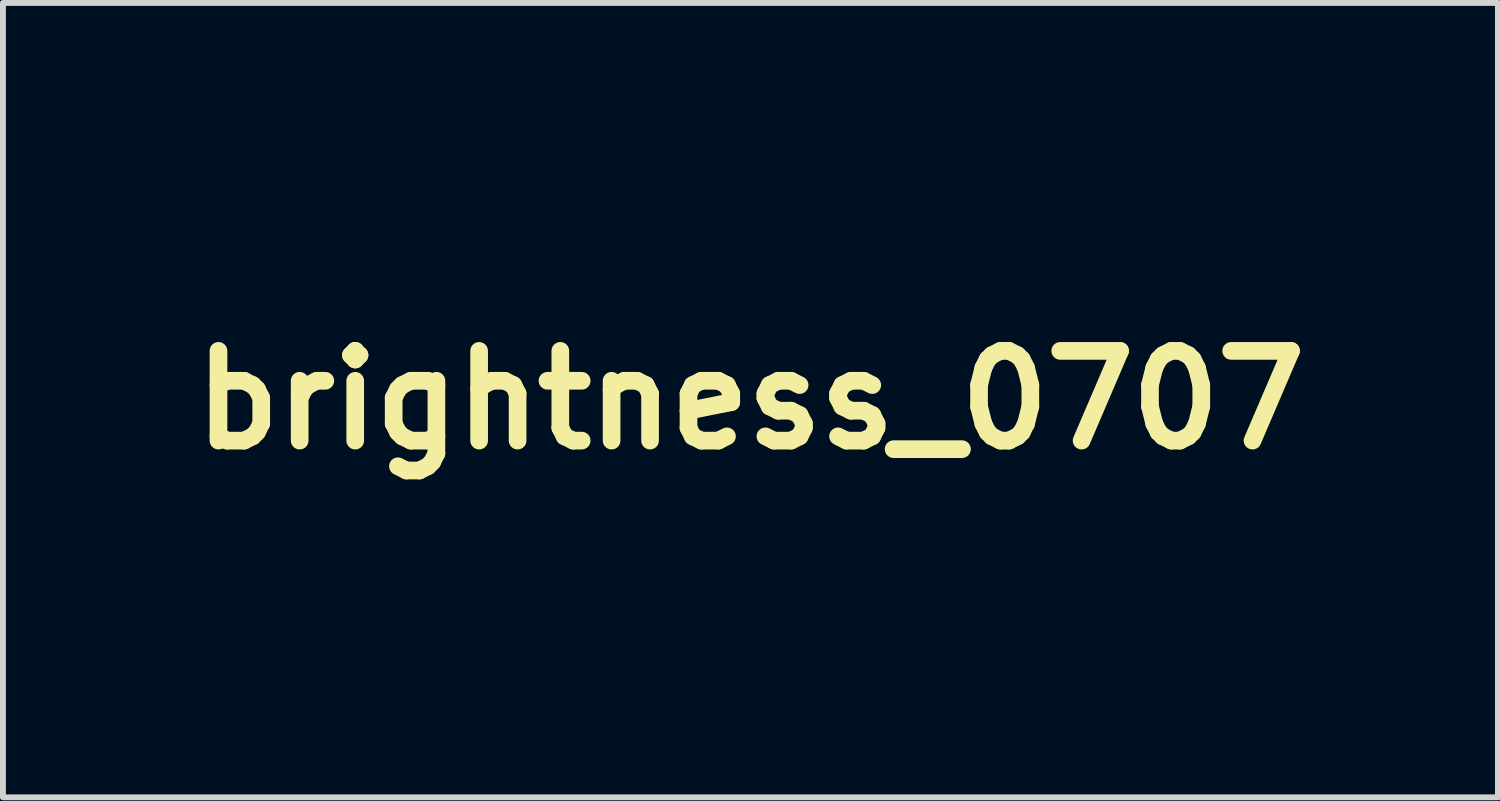
<source format=kicad_pcb>
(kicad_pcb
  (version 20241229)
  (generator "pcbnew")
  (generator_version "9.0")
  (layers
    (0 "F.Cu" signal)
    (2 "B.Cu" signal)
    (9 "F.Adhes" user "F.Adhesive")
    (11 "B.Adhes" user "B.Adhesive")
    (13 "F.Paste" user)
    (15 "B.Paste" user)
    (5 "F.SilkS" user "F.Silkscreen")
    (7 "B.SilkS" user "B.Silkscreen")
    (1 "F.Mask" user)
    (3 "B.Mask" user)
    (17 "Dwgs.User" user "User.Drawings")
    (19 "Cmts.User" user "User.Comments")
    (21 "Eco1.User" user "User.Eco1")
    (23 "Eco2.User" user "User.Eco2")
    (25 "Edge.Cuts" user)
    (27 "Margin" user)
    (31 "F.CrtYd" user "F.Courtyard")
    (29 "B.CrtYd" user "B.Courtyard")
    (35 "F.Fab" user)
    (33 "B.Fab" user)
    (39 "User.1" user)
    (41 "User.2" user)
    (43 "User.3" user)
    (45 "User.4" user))
  (footprint "brightness_0707"
    (layer "F.Cu")
    (at 9.696 3.744)
    (property "Reference" "brightness_0707" (at 0 0 0) (layer "F.SilkS") (effects (font (size 1.524 1.524) (thickness 0.3))))
    (attr through_hole)
    (fp_poly (pts (xy 0.028 -3.738) (xy 0.052 -3.734) (xy 0.091 -3.722) (xy 0.127 -3.703) (xy 0.16 -3.678) (xy 0.188 -3.648) (xy 0.21 -3.614) (xy 0.227 -3.577) (xy 0.231 -3.562) (xy 0.232 -3.558) (xy 0.233 -3.551) (xy 0.233 -3.541) (xy 0.234 -3.528) (xy 0.234 -3.511) (xy 0.235 -3.49) (xy 0.235 -3.465) (xy 0.235 -3.435) (xy 0.236 -3.401) (xy 0.236 -3.36) (xy 0.236 -3.314) (xy 0.236 -3.262) (xy 0.236 -3.203) (xy 0.236 -3.138) (xy 0.236 -3.065) (xy 0.236 -2.995) (xy 0.236 -2.448) (xy 0.228 -2.421) (xy 0.211 -2.381) (xy 0.188 -2.346) (xy 0.163 -2.319) (xy 0.134 -2.295) (xy 0.103 -2.277) (xy 0.071 -2.265) (xy 0.034 -2.258) (xy 0.008 -2.256) (xy -0.014 -2.256) (xy -0.03 -2.256) (xy -0.043 -2.258) (xy -0.056 -2.261) (xy -0.066 -2.264) (xy -0.107 -2.28) (xy -0.143 -2.301) (xy -0.172 -2.328) (xy -0.197 -2.361) (xy -0.216 -2.4) (xy -0.221 -2.411) (xy -0.233 -2.444) (xy -0.233 -2.995) (xy -0.233 -3.072) (xy -0.232 -3.141) (xy -0.232 -3.204) (xy -0.232 -3.259) (xy -0.232 -3.309) (xy -0.232 -3.352) (xy -0.232 -3.39) (xy -0.232 -3.423) (xy -0.232 -3.452) (xy -0.231 -3.476) (xy -0.231 -3.497) (xy -0.231 -3.513) (xy -0.23 -3.527) (xy -0.23 -3.538) (xy -0.229 -3.547) (xy -0.228 -3.554) (xy -0.228 -3.56) (xy -0.227 -3.564) (xy -0.226 -3.568) (xy -0.225 -3.57) (xy -0.209 -3.61) (xy -0.187 -3.646) (xy -0.16 -3.677) (xy -0.128 -3.702) (xy -0.093 -3.721) (xy -0.055 -3.733) (xy -0.014 -3.739) (xy 0.028 -3.738)) (stroke (width 0.01) (type solid)) (fill yes) (layer "F.Mask"))
    (fp_poly (pts (xy 0.006 2.259) (xy 0.012 2.26) (xy 0.053 2.265) (xy 0.089 2.275) (xy 0.123 2.291) (xy 0.154 2.314) (xy 0.163 2.323) (xy 0.192 2.355) (xy 0.214 2.392) (xy 0.228 2.425) (xy 0.236 2.452) (xy 0.236 2.997) (xy 0.236 3.074) (xy 0.236 3.142) (xy 0.236 3.204) (xy 0.236 3.259) (xy 0.236 3.309) (xy 0.236 3.352) (xy 0.236 3.389) (xy 0.236 3.422) (xy 0.236 3.45) (xy 0.235 3.474) (xy 0.235 3.494) (xy 0.235 3.511) (xy 0.234 3.524) (xy 0.234 3.535) (xy 0.233 3.544) (xy 0.232 3.551) (xy 0.231 3.556) (xy 0.231 3.561) (xy 0.23 3.564) (xy 0.229 3.566) (xy 0.213 3.606) (xy 0.191 3.642) (xy 0.164 3.674) (xy 0.133 3.7) (xy 0.098 3.721) (xy 0.06 3.735) (xy 0.049 3.738) (xy 0.006 3.743) (xy -0.035 3.74) (xy -0.058 3.736) (xy -0.097 3.722) (xy -0.132 3.701) (xy -0.164 3.674) (xy -0.19 3.643) (xy -0.207 3.614) (xy -0.21 3.607) (xy -0.214 3.6) (xy -0.217 3.593) (xy -0.22 3.587) (xy -0.222 3.58) (xy -0.225 3.572) (xy -0.226 3.562) (xy -0.228 3.551) (xy -0.229 3.538) (xy -0.231 3.523) (xy -0.232 3.505) (xy -0.232 3.483) (xy -0.233 3.457) (xy -0.233 3.428) (xy -0.234 3.394) (xy -0.234 3.355) (xy -0.234 3.31) (xy -0.234 3.26) (xy -0.234 3.204) (xy -0.234 3.141) (xy -0.234 3.071) (xy -0.234 2.994) (xy -0.234 2.986) (xy -0.233 2.448) (xy -0.221 2.415) (xy -0.203 2.375) (xy -0.179 2.34) (xy -0.151 2.312) (xy -0.117 2.289) (xy -0.078 2.272) (xy -0.06 2.266) (xy -0.044 2.262) (xy -0.029 2.26) (xy -0.013 2.259) (xy 0.006 2.259)) (stroke (width 0.01) (type solid)) (fill yes) (layer "F.Mask"))
    (fp_poly (pts (xy -2.688 -0.238) (xy -2.644 -0.238) (xy -2.605 -0.238) (xy -2.572 -0.237) (xy -2.543 -0.237) (xy -2.518 -0.237) (xy -2.498 -0.237) (xy -2.481 -0.236) (xy -2.467 -0.236) (xy -2.456 -0.235) (xy -2.447 -0.234) (xy -2.44 -0.234) (xy -2.435 -0.233) (xy -2.434 -0.233) (xy -2.395 -0.221) (xy -2.358 -0.202) (xy -2.326 -0.178) (xy -2.299 -0.148) (xy -2.278 -0.115) (xy -2.262 -0.078) (xy -2.253 -0.037) (xy -2.251 -0.006) (xy -2.255 0.038) (xy -2.265 0.078) (xy -2.283 0.116) (xy -2.306 0.15) (xy -2.336 0.179) (xy -2.37 0.203) (xy -2.409 0.221) (xy -2.423 0.226) (xy -2.426 0.227) (xy -2.431 0.227) (xy -2.437 0.228) (xy -2.444 0.229) (xy -2.453 0.229) (xy -2.465 0.23) (xy -2.48 0.231) (xy -2.498 0.231) (xy -2.52 0.231) (xy -2.546 0.232) (xy -2.577 0.232) (xy -2.612 0.232) (xy -2.652 0.232) (xy -2.699 0.232) (xy -2.751 0.233) (xy -2.81 0.233) (xy -2.876 0.233) (xy -2.948 0.233) (xy -2.978 0.233) (xy -3.042 0.233) (xy -3.104 0.233) (xy -3.164 0.233) (xy -3.222 0.233) (xy -3.276 0.233) (xy -3.326 0.233) (xy -3.371 0.232) (xy -3.412 0.232) (xy -3.448 0.232) (xy -3.479 0.232) (xy -3.503 0.232) (xy -3.52 0.231) (xy -3.53 0.231) (xy -3.533 0.231) (xy -3.572 0.222) (xy -3.61 0.206) (xy -3.644 0.183) (xy -3.674 0.156) (xy -3.698 0.123) (xy -3.708 0.105) (xy -3.725 0.064) (xy -3.734 0.022) (xy -3.735 -0.019) (xy -3.728 -0.06) (xy -3.714 -0.101) (xy -3.708 -0.112) (xy -3.687 -0.148) (xy -3.66 -0.178) (xy -3.627 -0.202) (xy -3.588 -0.221) (xy -3.577 -0.226) (xy -3.546 -0.236) (xy -3.004 -0.237) (xy -2.927 -0.238) (xy -2.857 -0.238) (xy -2.794 -0.238) (xy -2.738 -0.238) (xy -2.688 -0.238)) (stroke (width 0.01) (type solid)) (fill yes) (layer "F.Mask"))
    (fp_poly (pts (xy 3.078 -0.238) (xy 3.147 -0.238) (xy 3.209 -0.238) (xy 3.265 -0.238) (xy 3.314 -0.238) (xy 3.358 -0.238) (xy 3.396 -0.238) (xy 3.43 -0.237) (xy 3.459 -0.237) (xy 3.483 -0.236) (xy 3.504 -0.236) (xy 3.522 -0.235) (xy 3.537 -0.234) (xy 3.549 -0.233) (xy 3.559 -0.232) (xy 3.568 -0.23) (xy 3.575 -0.228) (xy 3.581 -0.227) (xy 3.587 -0.224) (xy 3.593 -0.222) (xy 3.598 -0.22) (xy 3.619 -0.209) (xy 3.642 -0.194) (xy 3.663 -0.177) (xy 3.681 -0.16) (xy 3.684 -0.157) (xy 3.708 -0.122) (xy 3.725 -0.083) (xy 3.736 -0.042) (xy 3.739 -0.000336) (xy 3.734 0.042) (xy 3.734 0.045) (xy 3.721 0.086) (xy 3.702 0.123) (xy 3.677 0.156) (xy 3.646 0.184) (xy 3.61 0.207) (xy 3.577 0.222) (xy 3.546 0.233) (xy 3.015 0.233) (xy 2.951 0.233) (xy 2.888 0.233) (xy 2.828 0.233) (xy 2.771 0.233) (xy 2.717 0.233) (xy 2.668 0.233) (xy 2.622 0.232) (xy 2.581 0.232) (xy 2.545 0.232) (xy 2.515 0.232) (xy 2.491 0.231) (xy 2.474 0.231) (xy 2.464 0.231) (xy 2.462 0.23) (xy 2.422 0.221) (xy 2.385 0.204) (xy 2.352 0.182) (xy 2.324 0.155) (xy 2.3 0.124) (xy 2.282 0.089) (xy 2.269 0.052) (xy 2.263 0.012) (xy 2.264 -0.029) (xy 2.27 -0.064) (xy 2.284 -0.104) (xy 2.305 -0.139) (xy 2.331 -0.17) (xy 2.362 -0.196) (xy 2.398 -0.216) (xy 2.437 -0.23) (xy 2.447 -0.232) (xy 2.452 -0.233) (xy 2.458 -0.234) (xy 2.466 -0.235) (xy 2.476 -0.235) (xy 2.488 -0.236) (xy 2.504 -0.236) (xy 2.522 -0.237) (xy 2.544 -0.237) (xy 2.57 -0.237) (xy 2.601 -0.238) (xy 2.636 -0.238) (xy 2.677 -0.238) (xy 2.723 -0.238) (xy 2.775 -0.238) (xy 2.834 -0.238) (xy 2.899 -0.238) (xy 2.972 -0.238) (xy 3.001 -0.238) (xy 3.078 -0.238)) (stroke (width 0.01) (type solid)) (fill yes) (layer "F.Mask"))
    (fp_poly (pts (xy -1.747 1.525) (xy -1.714 1.528) (xy -1.685 1.535) (xy -1.658 1.545) (xy -1.631 1.561) (xy -1.627 1.564) (xy -1.593 1.591) (xy -1.566 1.622) (xy -1.545 1.657) (xy -1.531 1.696) (xy -1.524 1.739) (xy -1.523 1.764) (xy -1.527 1.807) (xy -1.537 1.847) (xy -1.555 1.883) (xy -1.559 1.89) (xy -1.564 1.896) (xy -1.575 1.908) (xy -1.591 1.925) (xy -1.612 1.948) (xy -1.639 1.975) (xy -1.671 2.008) (xy -1.708 2.045) (xy -1.75 2.087) (xy -1.797 2.134) (xy -1.848 2.186) (xy -1.904 2.242) (xy -1.956 2.294) (xy -2.011 2.349) (xy -2.06 2.398) (xy -2.105 2.442) (xy -2.145 2.482) (xy -2.18 2.517) (xy -2.212 2.548) (xy -2.239 2.575) (xy -2.264 2.599) (xy -2.285 2.619) (xy -2.303 2.636) (xy -2.319 2.651) (xy -2.332 2.663) (xy -2.344 2.673) (xy -2.354 2.681) (xy -2.363 2.687) (xy -2.37 2.692) (xy -2.377 2.695) (xy -2.384 2.698) (xy -2.39 2.701) (xy -2.397 2.703) (xy -2.404 2.705) (xy -2.407 2.706) (xy -2.429 2.711) (xy -2.456 2.713) (xy -2.483 2.714) (xy -2.508 2.713) (xy -2.522 2.71) (xy -2.564 2.698) (xy -2.6 2.68) (xy -2.632 2.656) (xy -2.659 2.626) (xy -2.677 2.602) (xy -2.693 2.573) (xy -2.703 2.543) (xy -2.709 2.509) (xy -2.711 2.492) (xy -2.711 2.463) (xy -2.709 2.438) (xy -2.703 2.414) (xy -2.693 2.388) (xy -2.688 2.376) (xy -2.672 2.343) (xy -2.283 1.953) (xy -2.228 1.899) (xy -2.179 1.85) (xy -2.135 1.806) (xy -2.095 1.766) (xy -2.06 1.731) (xy -2.029 1.7) (xy -2.001 1.673) (xy -1.978 1.65) (xy -1.957 1.63) (xy -1.939 1.613) (xy -1.924 1.598) (xy -1.912 1.587) (xy -1.901 1.577) (xy -1.892 1.569) (xy -1.885 1.563) (xy -1.879 1.559) (xy -1.874 1.555) (xy -1.869 1.552) (xy -1.866 1.55) (xy -1.837 1.537) (xy -1.81 1.529) (xy -1.781 1.525) (xy -1.749 1.525) (xy -1.747 1.525)) (stroke (width 0.01) (type solid)) (fill yes) (layer "F.Mask"))
    (fp_poly (pts (xy 1.8 1.527) (xy 1.835 1.535) (xy 1.87 1.55) (xy 1.874 1.553) (xy 1.878 1.555) (xy 1.884 1.559) (xy 1.89 1.564) (xy 1.897 1.57) (xy 1.906 1.578) (xy 1.917 1.588) (xy 1.93 1.6) (xy 1.945 1.615) (xy 1.963 1.632) (xy 1.984 1.653) (xy 2.009 1.677) (xy 2.037 1.704) (xy 2.068 1.736) (xy 2.104 1.771) (xy 2.144 1.811) (xy 2.189 1.856) (xy 2.239 1.906) (xy 2.287 1.953) (xy 2.676 2.343) (xy 2.692 2.376) (xy 2.704 2.404) (xy 2.711 2.429) (xy 2.715 2.455) (xy 2.716 2.481) (xy 2.713 2.517) (xy 2.705 2.549) (xy 2.691 2.58) (xy 2.671 2.61) (xy 2.646 2.638) (xy 2.623 2.659) (xy 2.603 2.675) (xy 2.582 2.686) (xy 2.557 2.695) (xy 2.545 2.698) (xy 2.529 2.701) (xy 2.51 2.704) (xy 2.489 2.706) (xy 2.47 2.707) (xy 2.455 2.706) (xy 2.45 2.706) (xy 2.424 2.701) (xy 2.404 2.696) (xy 2.386 2.689) (xy 2.37 2.682) (xy 2.366 2.68) (xy 2.362 2.678) (xy 2.357 2.675) (xy 2.352 2.671) (xy 2.345 2.666) (xy 2.337 2.659) (xy 2.327 2.65) (xy 2.316 2.639) (xy 2.302 2.626) (xy 2.286 2.611) (xy 2.267 2.592) (xy 2.245 2.57) (xy 2.219 2.545) (xy 2.19 2.516) (xy 2.157 2.483) (xy 2.119 2.445) (xy 2.077 2.403) (xy 2.031 2.357) (xy 1.979 2.305) (xy 1.957 2.283) (xy 1.903 2.229) (xy 1.854 2.18) (xy 1.811 2.136) (xy 1.771 2.097) (xy 1.737 2.062) (xy 1.706 2.031) (xy 1.679 2.003) (xy 1.656 1.98) (xy 1.636 1.959) (xy 1.619 1.942) (xy 1.605 1.927) (xy 1.593 1.915) (xy 1.584 1.904) (xy 1.576 1.895) (xy 1.571 1.888) (xy 1.566 1.882) (xy 1.562 1.877) (xy 1.56 1.873) (xy 1.558 1.87) (xy 1.542 1.831) (xy 1.533 1.792) (xy 1.53 1.758) (xy 1.533 1.72) (xy 1.541 1.685) (xy 1.555 1.653) (xy 1.576 1.622) (xy 1.602 1.594) (xy 1.632 1.568) (xy 1.661 1.548) (xy 1.691 1.534) (xy 1.724 1.527) (xy 1.76 1.524) (xy 1.762 1.524) (xy 1.8 1.527)) (stroke (width 0.01) (type solid)) (fill yes) (layer "F.Mask"))
    (fp_poly (pts (xy -2.416 -2.7) (xy -2.374 -2.686) (xy -2.362 -2.681) (xy -2.358 -2.679) (xy -2.353 -2.676) (xy -2.349 -2.673) (xy -2.344 -2.67) (xy -2.338 -2.665) (xy -2.331 -2.66) (xy -2.322 -2.652) (xy -2.312 -2.643) (xy -2.3 -2.632) (xy -2.286 -2.618) (xy -2.269 -2.601) (xy -2.249 -2.582) (xy -2.226 -2.559) (xy -2.199 -2.533) (xy -2.169 -2.503) (xy -2.135 -2.469) (xy -2.097 -2.431) (xy -2.054 -2.387) (xy -2.006 -2.339) (xy -1.952 -2.286) (xy -1.946 -2.279) (xy -1.892 -2.225) (xy -1.843 -2.176) (xy -1.799 -2.132) (xy -1.76 -2.093) (xy -1.726 -2.058) (xy -1.695 -2.028) (xy -1.668 -2.001) (xy -1.645 -1.977) (xy -1.626 -1.957) (xy -1.609 -1.939) (xy -1.595 -1.925) (xy -1.583 -1.912) (xy -1.574 -1.902) (xy -1.567 -1.894) (xy -1.561 -1.886) (xy -1.556 -1.881) (xy -1.553 -1.876) (xy -1.55 -1.871) (xy -1.548 -1.867) (xy -1.548 -1.867) (xy -1.533 -1.826) (xy -1.526 -1.783) (xy -1.525 -1.746) (xy -1.53 -1.71) (xy -1.541 -1.674) (xy -1.555 -1.641) (xy -1.573 -1.612) (xy -1.594 -1.588) (xy -1.609 -1.576) (xy -1.649 -1.552) (xy -1.689 -1.535) (xy -1.728 -1.526) (xy -1.768 -1.525) (xy -1.808 -1.531) (xy -1.812 -1.532) (xy -1.821 -1.534) (xy -1.828 -1.536) (xy -1.835 -1.538) (xy -1.842 -1.54) (xy -1.849 -1.543) (xy -1.856 -1.547) (xy -1.864 -1.553) (xy -1.874 -1.559) (xy -1.884 -1.568) (xy -1.897 -1.578) (xy -1.911 -1.591) (xy -1.928 -1.606) (xy -1.947 -1.624) (xy -1.969 -1.645) (xy -1.994 -1.67) (xy -2.023 -1.698) (xy -2.055 -1.73) (xy -2.092 -1.767) (xy -2.133 -1.807) (xy -2.179 -1.853) (xy -2.229 -1.904) (xy -2.272 -1.946) (xy -2.321 -1.995) (xy -2.368 -2.042) (xy -2.412 -2.086) (xy -2.454 -2.129) (xy -2.494 -2.168) (xy -2.53 -2.205) (xy -2.562 -2.238) (xy -2.591 -2.267) (xy -2.616 -2.293) (xy -2.637 -2.314) (xy -2.652 -2.331) (xy -2.663 -2.343) (xy -2.669 -2.349) (xy -2.67 -2.35) (xy -2.689 -2.384) (xy -2.702 -2.421) (xy -2.709 -2.459) (xy -2.71 -2.496) (xy -2.708 -2.513) (xy -2.697 -2.554) (xy -2.681 -2.591) (xy -2.658 -2.625) (xy -2.63 -2.654) (xy -2.597 -2.676) (xy -2.584 -2.683) (xy -2.544 -2.698) (xy -2.501 -2.706) (xy -2.458 -2.707) (xy -2.416 -2.7)) (stroke (width 0.01) (type solid)) (fill yes) (layer "F.Mask"))
    (fp_poly (pts (xy 2.532 -2.71) (xy 2.568 -2.698) (xy 2.603 -2.679) (xy 2.634 -2.654) (xy 2.662 -2.623) (xy 2.685 -2.587) (xy 2.698 -2.558) (xy 2.706 -2.531) (xy 2.711 -2.499) (xy 2.712 -2.467) (xy 2.709 -2.437) (xy 2.706 -2.423) (xy 2.703 -2.41) (xy 2.699 -2.398) (xy 2.695 -2.387) (xy 2.689 -2.376) (xy 2.682 -2.365) (xy 2.673 -2.352) (xy 2.662 -2.338) (xy 2.647 -2.321) (xy 2.629 -2.302) (xy 2.608 -2.279) (xy 2.582 -2.252) (xy 2.551 -2.22) (xy 2.528 -2.196) (xy 2.502 -2.17) (xy 2.471 -2.138) (xy 2.436 -2.103) (xy 2.398 -2.065) (xy 2.358 -2.024) (xy 2.316 -1.982) (xy 2.273 -1.938) (xy 2.231 -1.895) (xy 2.188 -1.853) (xy 2.148 -1.812) (xy 2.143 -1.807) (xy 2.101 -1.764) (xy 2.064 -1.727) (xy 2.031 -1.695) (xy 2.003 -1.667) (xy 1.98 -1.643) (xy 1.959 -1.623) (xy 1.942 -1.606) (xy 1.928 -1.593) (xy 1.916 -1.582) (xy 1.906 -1.573) (xy 1.898 -1.566) (xy 1.892 -1.561) (xy 1.886 -1.557) (xy 1.88 -1.554) (xy 1.875 -1.551) (xy 1.872 -1.55) (xy 1.846 -1.539) (xy 1.817 -1.531) (xy 1.788 -1.526) (xy 1.763 -1.524) (xy 1.763 -1.524) (xy 1.749 -1.525) (xy 1.732 -1.528) (xy 1.718 -1.53) (xy 1.678 -1.542) (xy 1.642 -1.56) (xy 1.609 -1.584) (xy 1.582 -1.613) (xy 1.559 -1.646) (xy 1.543 -1.682) (xy 1.533 -1.722) (xy 1.531 -1.757) (xy 1.532 -1.788) (xy 1.538 -1.817) (xy 1.549 -1.846) (xy 1.559 -1.866) (xy 1.562 -1.871) (xy 1.566 -1.878) (xy 1.572 -1.886) (xy 1.579 -1.895) (xy 1.589 -1.906) (xy 1.6 -1.919) (xy 1.614 -1.934) (xy 1.631 -1.952) (xy 1.651 -1.973) (xy 1.673 -1.996) (xy 1.699 -2.023) (xy 1.729 -2.053) (xy 1.762 -2.087) (xy 1.799 -2.125) (xy 1.841 -2.167) (xy 1.887 -2.214) (xy 1.938 -2.265) (xy 1.994 -2.322) (xy 2.055 -2.383) (xy 2.08 -2.408) (xy 2.124 -2.452) (xy 2.164 -2.492) (xy 2.198 -2.527) (xy 2.229 -2.557) (xy 2.255 -2.583) (xy 2.277 -2.605) (xy 2.296 -2.624) (xy 2.312 -2.639) (xy 2.326 -2.652) (xy 2.337 -2.662) (xy 2.346 -2.67) (xy 2.354 -2.677) (xy 2.36 -2.681) (xy 2.366 -2.685) (xy 2.371 -2.688) (xy 2.374 -2.69) (xy 2.414 -2.706) (xy 2.454 -2.714) (xy 2.493 -2.716) (xy 2.532 -2.71)) (stroke (width 0.01) (type solid)) (fill yes) (layer "F.Mask"))
    (fp_poly (pts (xy 0.076 -1.819) (xy 0.195 -1.811) (xy 0.312 -1.796) (xy 0.426 -1.773) (xy 0.537 -1.743) (xy 0.646 -1.706) (xy 0.752 -1.661) (xy 0.855 -1.61) (xy 0.954 -1.551) (xy 1.051 -1.485) (xy 1.144 -1.412) (xy 1.229 -1.337) (xy 1.311 -1.256) (xy 1.387 -1.172) (xy 1.458 -1.084) (xy 1.523 -0.995) (xy 1.58 -0.903) (xy 1.591 -0.885) (xy 1.643 -0.787) (xy 1.688 -0.686) (xy 1.726 -0.581) (xy 1.758 -0.473) (xy 1.783 -0.362) (xy 1.801 -0.246) (xy 1.81 -0.17) (xy 1.812 -0.147) (xy 1.813 -0.117) (xy 1.814 -0.083) (xy 1.814 -0.046) (xy 1.815 -0.006) (xy 1.814 0.033) (xy 1.814 0.071) (xy 1.813 0.106) (xy 1.812 0.136) (xy 1.81 0.161) (xy 1.81 0.164) (xy 1.795 0.284) (xy 1.773 0.4) (xy 1.745 0.512) (xy 1.71 0.621) (xy 1.668 0.726) (xy 1.619 0.828) (xy 1.563 0.927) (xy 1.5 1.023) (xy 1.437 1.107) (xy 1.379 1.177) (xy 1.315 1.247) (xy 1.247 1.314) (xy 1.177 1.378) (xy 1.105 1.437) (xy 1.053 1.478) (xy 0.956 1.543) (xy 0.856 1.602) (xy 0.753 1.653) (xy 0.647 1.698) (xy 0.538 1.735) (xy 0.427 1.765) (xy 0.312 1.787) (xy 0.195 1.803) (xy 0.075 1.811) (xy -0.047 1.812) (xy -0.112 1.809) (xy -0.232 1.799) (xy -0.348 1.781) (xy -0.462 1.757) (xy -0.573 1.725) (xy -0.681 1.686) (xy -0.787 1.639) (xy -0.787 1.639) (xy -0.88 1.591) (xy -0.971 1.536) (xy -1.061 1.474) (xy -1.148 1.406) (xy -1.232 1.333) (xy -1.311 1.256) (xy -1.386 1.174) (xy -1.455 1.089) (xy -1.519 1.001) (xy -1.52 0.998) (xy -1.581 0.901) (xy -1.635 0.802) (xy -1.681 0.7) (xy -1.721 0.596) (xy -1.754 0.489) (xy -1.779 0.378) (xy -1.798 0.265) (xy -1.81 0.147) (xy -1.816 0.041) (xy -1.816 0.015) (xy -1.343 0.015) (xy -1.342 0.053) (xy -1.342 0.089) (xy -1.34 0.121) (xy -1.338 0.147) (xy -1.337 0.16) (xy -1.321 0.264) (xy -1.298 0.363) (xy -1.268 0.458) (xy -1.232 0.549) (xy -1.188 0.637) (xy -1.138 0.721) (xy -1.081 0.802) (xy -1.017 0.88) (xy -0.945 0.955) (xy -0.937 0.963) (xy -0.859 1.034) (xy -0.778 1.098) (xy -0.694 1.154) (xy -0.608 1.203) (xy -0.518 1.245) (xy -0.426 1.28) (xy -0.331 1.307) (xy -0.233 1.327) (xy -0.164 1.336) (xy -0.146 1.338) (xy -0.13 1.34) (xy -0.117 1.342) (xy -0.113 1.342) (xy -0.1 1.343) (xy -0.081 1.343) (xy -0.057 1.343) (xy -0.028 1.343) (xy 0.003 1.343) (xy 0.036 1.342) (xy 0.068 1.341) (xy 0.099 1.34) (xy 0.128 1.339) (xy 0.153 1.337) (xy 0.172 1.336) (xy 0.184 1.335) (xy 0.271 1.32) (xy 0.352 1.302) (xy 0.43 1.279) (xy 0.506 1.252) (xy 0.555 1.231) (xy 0.637 1.19) (xy 0.718 1.142) (xy 0.797 1.088) (xy 0.872 1.027) (xy 0.944 0.961) (xy 1.011 0.891) (xy 1.074 0.816) (xy 1.131 0.737) (xy 1.181 0.656) (xy 1.192 0.638) (xy 1.233 0.556) (xy 1.268 0.47) (xy 1.297 0.381) (xy 1.32 0.288) (xy 1.337 0.189) (xy 1.341 0.16) (xy 1.343 0.138) (xy 1.345 0.11) (xy 1.346 0.077) (xy 1.346 0.04) (xy 1.347 0.001) (xy 1.346 -0.038) (xy 1.345 -0.076) (xy 1.344 -0.112) (xy 1.343 -0.144) (xy 1.341 -0.17) (xy 1.339 -0.184) (xy 1.322 -0.285) (xy 1.298 -0.381) (xy 1.268 -0.474) (xy 1.231 -0.564) (xy 1.187 -0.65) (xy 1.136 -0.734) (xy 1.077 -0.816) (xy 1.061 -0.836) (xy 1.042 -0.86) (xy 1.017 -0.887) (xy 0.99 -0.916) (xy 0.96 -0.947) (xy 0.93 -0.977) (xy 0.901 -1.005) (xy 0.873 -1.031) (xy 0.848 -1.052) (xy 0.838 -1.061) (xy 0.756 -1.122) (xy 0.671 -1.175) (xy 0.583 -1.222) (xy 0.492 -1.261) (xy 0.398 -1.293) (xy 0.301 -1.318) (xy 0.2 -1.336) (xy 0.128 -1.345) (xy 0.104 -1.346) (xy 0.074 -1.347) (xy 0.039 -1.348) (xy 0.002 -1.348) (xy -0.037 -1.347) (xy -0.075 -1.346) (xy -0.111 -1.344) (xy -0.143 -1.343) (xy -0.17 -1.34) (xy -0.186 -1.339) (xy -0.287 -1.321) (xy -0.384 -1.297) (xy -0.477 -1.266) (xy -0.566 -1.229) (xy -0.652 -1.185) (xy -0.735 -1.133) (xy -0.815 -1.075) (xy -0.893 -1.009) (xy -0.967 -0.937) (xy -1.037 -0.86) (xy -1.1 -0.781) (xy -1.155 -0.699) (xy -1.203 -0.613) (xy -1.244 -0.525) (xy -1.278 -0.433) (xy -1.306 -0.338) (xy -1.327 -0.238) (xy -1.335 -0.184) (xy -1.337 -0.161) (xy -1.339 -0.133) (xy -1.341 -0.099) (xy -1.342 -0.062) (xy -1.342 -0.024) (xy -1.343 0.015) (xy -1.816 0.015) (xy -1.815 -0.08) (xy -1.807 -0.199) (xy -1.792 -0.315) (xy -1.77 -0.429) (xy -1.74 -0.541) (xy -1.703 -0.65) (xy -1.659 -0.755) (xy -1.609 -0.858) (xy -1.551 -0.957) (xy -1.537 -0.979) (xy -1.486 -1.053) (xy -1.433 -1.123) (xy -1.375 -1.191) (xy -1.312 -1.259) (xy -1.286 -1.286) (xy -1.196 -1.37) (xy -1.105 -1.447) (xy -1.01 -1.517) (xy -0.913 -1.579) (xy -0.813 -1.634) (xy -0.71 -1.682) (xy -0.604 -1.723) (xy -0.495 -1.756) (xy -0.382 -1.783) (xy -0.266 -1.802) (xy -0.147 -1.815) (xy -0.045 -1.82) (xy 0.076 -1.819)) (stroke (width 0.01) (type solid)) (fill yes) (layer "F.Mask")))
  (gr_rect
    (start -3 -3)
    (end 22.391 10.492)
    (stroke (width 0.1) (type default))
    (fill no)
    (layer "Edge.Cuts")))
</source>
